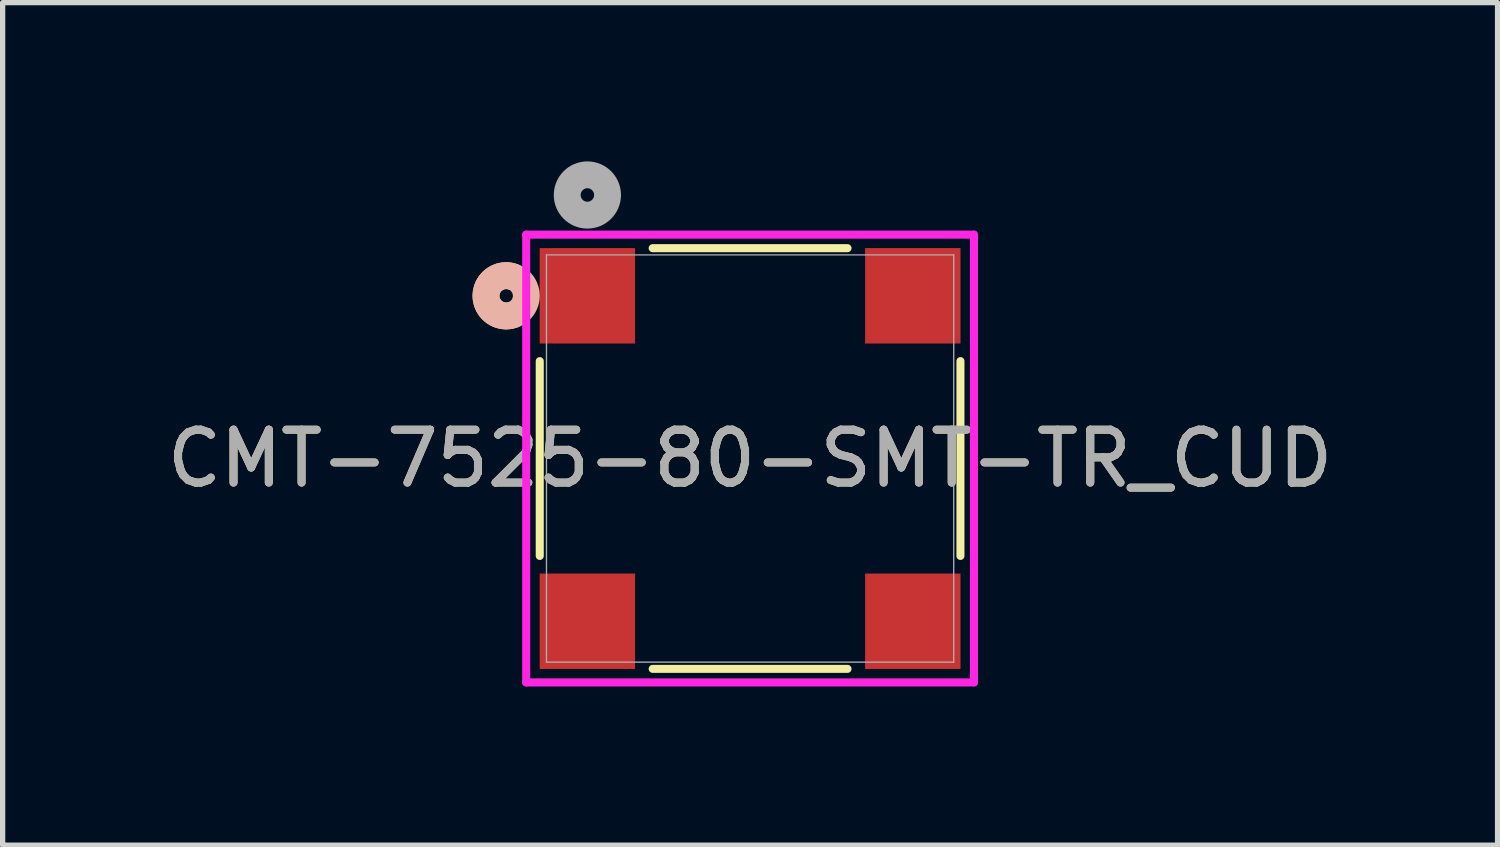
<source format=kicad_pcb>
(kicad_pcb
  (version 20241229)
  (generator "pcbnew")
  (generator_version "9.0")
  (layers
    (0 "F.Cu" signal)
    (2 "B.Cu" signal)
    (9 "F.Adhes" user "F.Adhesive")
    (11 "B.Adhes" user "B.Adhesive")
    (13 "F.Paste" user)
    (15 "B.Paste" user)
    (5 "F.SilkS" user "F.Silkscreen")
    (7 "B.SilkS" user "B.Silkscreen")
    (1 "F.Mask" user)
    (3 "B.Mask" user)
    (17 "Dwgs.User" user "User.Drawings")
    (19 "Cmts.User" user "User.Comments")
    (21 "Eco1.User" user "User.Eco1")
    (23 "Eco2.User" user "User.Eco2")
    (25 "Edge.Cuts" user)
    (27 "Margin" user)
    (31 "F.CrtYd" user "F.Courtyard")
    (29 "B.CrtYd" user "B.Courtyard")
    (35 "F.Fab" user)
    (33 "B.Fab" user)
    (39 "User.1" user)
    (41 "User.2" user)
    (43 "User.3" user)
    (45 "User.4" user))
  (footprint "CMT-7525-80-SMT-TR_CUD"
    (layer "F.Cu")
    (at 11.125 5.615)
    (property "Reference" "CMT-7525-80-SMT-TR_CUD" (at 0 0 0) (unlocked yes) (layer "F.SilkS") (effects (font (size 1 1) (thickness 0.15))))
    (attr smd)
    (fp_line (start -3.975 -1.841) (end -3.975 1.841) (stroke (width 0.152) (type solid)) (layer "F.SilkS"))
    (fp_line (start -1.841 3.975) (end 1.841 3.975) (stroke (width 0.152) (type solid)) (layer "F.SilkS"))
    (fp_line (start 1.841 -3.975) (end -1.841 -3.975) (stroke (width 0.152) (type solid)) (layer "F.SilkS"))
    (fp_line (start 3.975 1.841) (end 3.975 -1.841) (stroke (width 0.152) (type solid)) (layer "F.SilkS"))
    (fp_arc (start -4.48724 -2.714353) (mid -4.9911 -3.075) (end -4.48724 -3.435648) (stroke (width 0.508) (type solid)) (layer "F.SilkS"))
    (fp_circle (center -4.61 -3.075) (end -4.229 -3.075) (stroke (width 0.508) (type solid)) (fill no) (layer "B.SilkS"))
    (fp_line (start -4.231 -4.231) (end -4.231 4.231) (stroke (width 0.152) (type solid)) (layer "F.CrtYd"))
    (fp_line (start -4.231 4.231) (end 4.231 4.231) (stroke (width 0.152) (type solid)) (layer "F.CrtYd"))
    (fp_line (start 4.231 -4.231) (end -4.231 -4.231) (stroke (width 0.152) (type solid)) (layer "F.CrtYd"))
    (fp_line (start 4.231 4.231) (end 4.231 -4.231) (stroke (width 0.152) (type solid)) (layer "F.CrtYd"))
    (fp_line (start -3.848 -3.848) (end -3.848 3.848) (stroke (width 0.025) (type solid)) (layer "F.Fab"))
    (fp_line (start -3.848 3.848) (end 3.848 3.848) (stroke (width 0.025) (type solid)) (layer "F.Fab"))
    (fp_line (start 3.848 -3.848) (end -3.848 -3.848) (stroke (width 0.025) (type solid)) (layer "F.Fab"))
    (fp_line (start 3.848 3.848) (end 3.848 -3.848) (stroke (width 0.025) (type solid)) (layer "F.Fab"))
    (fp_circle (center -3.075 -4.98) (end -2.694 -4.98) (stroke (width 0.508) (type solid)) (fill no) (layer "F.Fab"))
    (fp_text user "${REFERENCE}" (at 0 0 0) (unlocked yes) (layer "F.Fab") (effects (font (size 1 1) (thickness 0.15))))
    (pad "1" smd rect (at -3.075 -3.075) (size 1.803 1.803) (layers "F.Cu" "F.Mask" "F.Paste"))
    (pad "2" smd rect (at -3.075 3.075) (size 1.803 1.803) (layers "F.Cu" "F.Mask" "F.Paste"))
    (pad "3" smd rect (at 3.075 -3.075) (size 1.803 1.803) (layers "F.Cu" "F.Mask" "F.Paste"))
    (pad "4" smd rect (at 3.075 3.075) (size 1.803 1.803) (layers "F.Cu" "F.Mask" "F.Paste")))
  (gr_rect
    (start -3 -3)
    (end 25.25 12.922)
    (stroke (width 0.1) (type default))
    (fill no)
    (layer "Edge.Cuts")))
</source>
